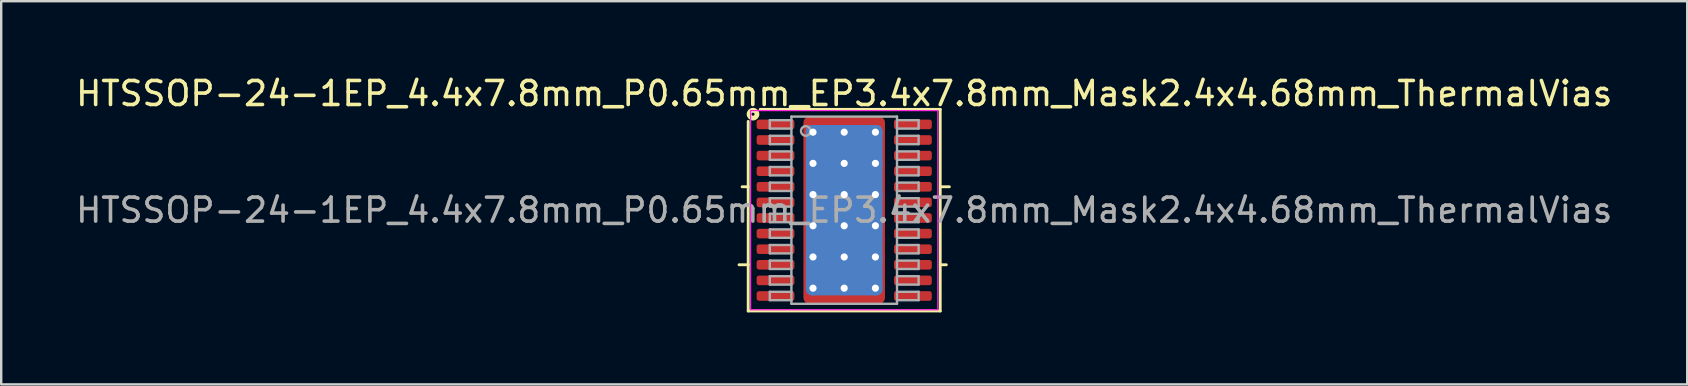
<source format=kicad_pcb>
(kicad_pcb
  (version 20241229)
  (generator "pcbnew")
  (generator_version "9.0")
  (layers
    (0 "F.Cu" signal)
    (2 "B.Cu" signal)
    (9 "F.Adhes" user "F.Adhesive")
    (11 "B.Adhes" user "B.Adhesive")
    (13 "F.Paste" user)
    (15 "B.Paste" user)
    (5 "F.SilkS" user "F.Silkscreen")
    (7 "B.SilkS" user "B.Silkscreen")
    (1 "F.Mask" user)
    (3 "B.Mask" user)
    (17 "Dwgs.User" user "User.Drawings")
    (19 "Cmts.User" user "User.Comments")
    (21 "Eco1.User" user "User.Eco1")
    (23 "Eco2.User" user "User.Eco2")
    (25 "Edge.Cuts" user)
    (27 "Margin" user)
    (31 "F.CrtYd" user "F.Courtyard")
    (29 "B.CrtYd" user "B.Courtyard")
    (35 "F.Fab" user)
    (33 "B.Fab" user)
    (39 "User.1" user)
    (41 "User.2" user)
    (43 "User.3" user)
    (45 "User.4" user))
  (footprint "HTSSOP-24-1EP_4.4x7.8mm_P0.65mm_EP3.4x7.8mm_Mask2.4x4.68mm_ThermalVias"
    (layer "F.Cu")
    (at 32.125 5.707)
    (property "Reference" "HTSSOP-24-1EP_4.4x7.8mm_P0.65mm_EP3.4x7.8mm_Mask2.4x4.68mm_ThermalVias" (at 0 -4.859 0) (layer "F.SilkS") (effects (font (size 1 1) (thickness 0.15))))
    (attr smd)
    (fp_line (start -4 -0.975) (end -4.254 -0.975) (stroke (width 0.12) (type solid)) (layer "F.SilkS"))
    (fp_line (start -4 2.275) (end -4.381 2.275) (stroke (width 0.12) (type solid)) (layer "F.SilkS"))
    (fp_line (start -4 4.2) (end -4 -3.7) (stroke (width 0.12) (type solid)) (layer "F.SilkS"))
    (fp_line (start -3.5 -4.2) (end 4 -4.2) (stroke (width 0.12) (type solid)) (layer "F.SilkS"))
    (fp_line (start 4 -4.2) (end 4 4.2) (stroke (width 0.12) (type solid)) (layer "F.SilkS"))
    (fp_line (start 4 -0.975) (end 4.381 -0.975) (stroke (width 0.12) (type solid)) (layer "F.SilkS"))
    (fp_line (start 4 2.275) (end 4.254 2.275) (stroke (width 0.12) (type solid)) (layer "F.SilkS"))
    (fp_line (start 4 4.2) (end -4 4.2) (stroke (width 0.12) (type solid)) (layer "F.SilkS"))
    (fp_circle (center -3.8 -4) (end -3.736 -4) (stroke (width 0.2) (type solid)) (fill no) (layer "F.SilkS"))
    (fp_line (start -3.9 -4.15) (end -3.9 4.15) (stroke (width 0.05) (type solid)) (layer "F.CrtYd"))
    (fp_line (start -3.9 4.15) (end 3.9 4.15) (stroke (width 0.05) (type solid)) (layer "F.CrtYd"))
    (fp_line (start 3.9 -4.15) (end -3.9 -4.15) (stroke (width 0.05) (type solid)) (layer "F.CrtYd"))
    (fp_line (start 3.9 4.15) (end 3.9 -4.15) (stroke (width 0.05) (type solid)) (layer "F.CrtYd"))
    (fp_line (start -3.1 -3.75) (end -3.1 -3.4) (stroke (width 0.1) (type solid)) (layer "F.Fab"))
    (fp_line (start -3.1 -3.75) (end -2.2 -3.75) (stroke (width 0.1) (type solid)) (layer "F.Fab"))
    (fp_line (start -3.1 -3.4) (end -2.2 -3.4) (stroke (width 0.1) (type solid)) (layer "F.Fab"))
    (fp_line (start -3.1 -3.1) (end -3.1 -2.75) (stroke (width 0.1) (type solid)) (layer "F.Fab"))
    (fp_line (start -3.1 -3.1) (end -2.2 -3.1) (stroke (width 0.1) (type solid)) (layer "F.Fab"))
    (fp_line (start -3.1 -2.75) (end -2.2 -2.75) (stroke (width 0.1) (type solid)) (layer "F.Fab"))
    (fp_line (start -3.1 -2.45) (end -3.1 -2.1) (stroke (width 0.1) (type solid)) (layer "F.Fab"))
    (fp_line (start -3.1 -2.45) (end -2.2 -2.45) (stroke (width 0.1) (type solid)) (layer "F.Fab"))
    (fp_line (start -3.1 -2.1) (end -2.2 -2.1) (stroke (width 0.1) (type solid)) (layer "F.Fab"))
    (fp_line (start -3.1 -1.8) (end -3.1 -1.45) (stroke (width 0.1) (type solid)) (layer "F.Fab"))
    (fp_line (start -3.1 -1.8) (end -2.2 -1.8) (stroke (width 0.1) (type solid)) (layer "F.Fab"))
    (fp_line (start -3.1 -1.45) (end -2.2 -1.45) (stroke (width 0.1) (type solid)) (layer "F.Fab"))
    (fp_line (start -3.1 -1.15) (end -3.1 -0.8) (stroke (width 0.1) (type solid)) (layer "F.Fab"))
    (fp_line (start -3.1 -1.15) (end -2.2 -1.15) (stroke (width 0.1) (type solid)) (layer "F.Fab"))
    (fp_line (start -3.1 -0.8) (end -2.2 -0.8) (stroke (width 0.1) (type solid)) (layer "F.Fab"))
    (fp_line (start -3.1 -0.5) (end -3.1 -0.15) (stroke (width 0.1) (type solid)) (layer "F.Fab"))
    (fp_line (start -3.1 -0.5) (end -2.2 -0.5) (stroke (width 0.1) (type solid)) (layer "F.Fab"))
    (fp_line (start -3.1 -0.15) (end -2.2 -0.15) (stroke (width 0.1) (type solid)) (layer "F.Fab"))
    (fp_line (start -3.1 0.15) (end -3.1 0.5) (stroke (width 0.1) (type solid)) (layer "F.Fab"))
    (fp_line (start -3.1 0.15) (end -2.2 0.15) (stroke (width 0.1) (type solid)) (layer "F.Fab"))
    (fp_line (start -3.1 0.5) (end -2.2 0.5) (stroke (width 0.1) (type solid)) (layer "F.Fab"))
    (fp_line (start -3.1 0.8) (end -3.1 1.15) (stroke (width 0.1) (type solid)) (layer "F.Fab"))
    (fp_line (start -3.1 0.8) (end -2.2 0.8) (stroke (width 0.1) (type solid)) (layer "F.Fab"))
    (fp_line (start -3.1 1.15) (end -2.2 1.15) (stroke (width 0.1) (type solid)) (layer "F.Fab"))
    (fp_line (start -3.1 1.45) (end -3.1 1.8) (stroke (width 0.1) (type solid)) (layer "F.Fab"))
    (fp_line (start -3.1 1.45) (end -2.2 1.45) (stroke (width 0.1) (type solid)) (layer "F.Fab"))
    (fp_line (start -3.1 1.8) (end -2.2 1.8) (stroke (width 0.1) (type solid)) (layer "F.Fab"))
    (fp_line (start -3.1 2.1) (end -3.1 2.45) (stroke (width 0.1) (type solid)) (layer "F.Fab"))
    (fp_line (start -3.1 2.1) (end -2.2 2.1) (stroke (width 0.1) (type solid)) (layer "F.Fab"))
    (fp_line (start -3.1 2.45) (end -2.2 2.45) (stroke (width 0.1) (type solid)) (layer "F.Fab"))
    (fp_line (start -3.1 2.75) (end -3.1 3.1) (stroke (width 0.1) (type solid)) (layer "F.Fab"))
    (fp_line (start -3.1 2.75) (end -2.2 2.75) (stroke (width 0.1) (type solid)) (layer "F.Fab"))
    (fp_line (start -3.1 3.1) (end -2.2 3.1) (stroke (width 0.1) (type solid)) (layer "F.Fab"))
    (fp_line (start -3.1 3.4) (end -3.1 3.75) (stroke (width 0.1) (type solid)) (layer "F.Fab"))
    (fp_line (start -3.1 3.4) (end -2.2 3.4) (stroke (width 0.1) (type solid)) (layer "F.Fab"))
    (fp_line (start -3.1 3.75) (end -2.2 3.75) (stroke (width 0.1) (type solid)) (layer "F.Fab"))
    (fp_line (start -2.2 -3.9) (end 2.2 -3.9) (stroke (width 0.1) (type solid)) (layer "F.Fab"))
    (fp_line (start -2.2 3.9) (end -2.2 -3.9) (stroke (width 0.1) (type solid)) (layer "F.Fab"))
    (fp_line (start 2.2 -3.9) (end 2.2 3.9) (stroke (width 0.1) (type solid)) (layer "F.Fab"))
    (fp_line (start 2.2 3.9) (end -2.2 3.9) (stroke (width 0.1) (type solid)) (layer "F.Fab"))
    (fp_line (start 3.1 -3.75) (end 2.2 -3.75) (stroke (width 0.1) (type solid)) (layer "F.Fab"))
    (fp_line (start 3.1 -3.4) (end 2.2 -3.4) (stroke (width 0.1) (type solid)) (layer "F.Fab"))
    (fp_line (start 3.1 -3.4) (end 3.1 -3.75) (stroke (width 0.1) (type solid)) (layer "F.Fab"))
    (fp_line (start 3.1 -3.1) (end 2.2 -3.1) (stroke (width 0.1) (type solid)) (layer "F.Fab"))
    (fp_line (start 3.1 -2.75) (end 2.2 -2.75) (stroke (width 0.1) (type solid)) (layer "F.Fab"))
    (fp_line (start 3.1 -2.75) (end 3.1 -3.1) (stroke (width 0.1) (type solid)) (layer "F.Fab"))
    (fp_line (start 3.1 -2.45) (end 2.2 -2.45) (stroke (width 0.1) (type solid)) (layer "F.Fab"))
    (fp_line (start 3.1 -2.1) (end 2.2 -2.1) (stroke (width 0.1) (type solid)) (layer "F.Fab"))
    (fp_line (start 3.1 -2.1) (end 3.1 -2.45) (stroke (width 0.1) (type solid)) (layer "F.Fab"))
    (fp_line (start 3.1 -1.8) (end 2.2 -1.8) (stroke (width 0.1) (type solid)) (layer "F.Fab"))
    (fp_line (start 3.1 -1.45) (end 2.2 -1.45) (stroke (width 0.1) (type solid)) (layer "F.Fab"))
    (fp_line (start 3.1 -1.45) (end 3.1 -1.8) (stroke (width 0.1) (type solid)) (layer "F.Fab"))
    (fp_line (start 3.1 -1.15) (end 2.2 -1.15) (stroke (width 0.1) (type solid)) (layer "F.Fab"))
    (fp_line (start 3.1 -0.8) (end 2.2 -0.8) (stroke (width 0.1) (type solid)) (layer "F.Fab"))
    (fp_line (start 3.1 -0.8) (end 3.1 -1.15) (stroke (width 0.1) (type solid)) (layer "F.Fab"))
    (fp_line (start 3.1 -0.5) (end 2.2 -0.5) (stroke (width 0.1) (type solid)) (layer "F.Fab"))
    (fp_line (start 3.1 -0.15) (end 2.2 -0.15) (stroke (width 0.1) (type solid)) (layer "F.Fab"))
    (fp_line (start 3.1 -0.15) (end 3.1 -0.5) (stroke (width 0.1) (type solid)) (layer "F.Fab"))
    (fp_line (start 3.1 0.15) (end 2.2 0.15) (stroke (width 0.1) (type solid)) (layer "F.Fab"))
    (fp_line (start 3.1 0.5) (end 2.2 0.5) (stroke (width 0.1) (type solid)) (layer "F.Fab"))
    (fp_line (start 3.1 0.5) (end 3.1 0.15) (stroke (width 0.1) (type solid)) (layer "F.Fab"))
    (fp_line (start 3.1 0.8) (end 2.2 0.8) (stroke (width 0.1) (type solid)) (layer "F.Fab"))
    (fp_line (start 3.1 1.15) (end 2.2 1.15) (stroke (width 0.1) (type solid)) (layer "F.Fab"))
    (fp_line (start 3.1 1.15) (end 3.1 0.8) (stroke (width 0.1) (type solid)) (layer "F.Fab"))
    (fp_line (start 3.1 1.45) (end 2.2 1.45) (stroke (width 0.1) (type solid)) (layer "F.Fab"))
    (fp_line (start 3.1 1.8) (end 2.2 1.8) (stroke (width 0.1) (type solid)) (layer "F.Fab"))
    (fp_line (start 3.1 1.8) (end 3.1 1.45) (stroke (width 0.1) (type solid)) (layer "F.Fab"))
    (fp_line (start 3.1 2.1) (end 2.2 2.1) (stroke (width 0.1) (type solid)) (layer "F.Fab"))
    (fp_line (start 3.1 2.45) (end 2.2 2.45) (stroke (width 0.1) (type solid)) (layer "F.Fab"))
    (fp_line (start 3.1 2.45) (end 3.1 2.1) (stroke (width 0.1) (type solid)) (layer "F.Fab"))
    (fp_line (start 3.1 2.75) (end 2.2 2.75) (stroke (width 0.1) (type solid)) (layer "F.Fab"))
    (fp_line (start 3.1 3.1) (end 2.2 3.1) (stroke (width 0.1) (type solid)) (layer "F.Fab"))
    (fp_line (start 3.1 3.1) (end 3.1 2.75) (stroke (width 0.1) (type solid)) (layer "F.Fab"))
    (fp_line (start 3.1 3.4) (end 2.2 3.4) (stroke (width 0.1) (type solid)) (layer "F.Fab"))
    (fp_line (start 3.1 3.75) (end 2.2 3.75) (stroke (width 0.1) (type solid)) (layer "F.Fab"))
    (fp_line (start 3.1 3.75) (end 3.1 3.4) (stroke (width 0.1) (type solid)) (layer "F.Fab"))
    (fp_circle (center -1.6 -3.3) (end -1.4 -3.3) (stroke (width 0.1) (type solid)) (fill no) (layer "F.Fab"))
    (fp_text user "${REFERENCE}" (at 0 0 0) (layer "F.Fab") (effects (font (size 1 1) (thickness 0.15))))
    (pad "" smd roundrect (at 0 -1.17) (size 1.93 1.89) (layers "F.Paste") (roundrect_rratio 0.132))
    (pad "" smd roundrect (at 0 0) (size 2.4 4.68) (layers "F.Mask") (roundrect_rratio 0.104))
    (pad "" smd roundrect (at 0 1.17) (size 1.93 1.89) (layers "F.Paste") (roundrect_rratio 0.132))
    (pad "1" smd roundrect (at -2.862 -3.575) (size 1.575 0.4) (layers "F.Cu" "F.Mask" "F.Paste") (roundrect_rratio 0.25))
    (pad "2" smd roundrect (at -2.862 -2.925) (size 1.575 0.4) (layers "F.Cu" "F.Mask" "F.Paste") (roundrect_rratio 0.25))
    (pad "3" smd roundrect (at -2.862 -2.275) (size 1.575 0.4) (layers "F.Cu" "F.Mask" "F.Paste") (roundrect_rratio 0.25))
    (pad "4" smd roundrect (at -2.862 -1.625) (size 1.575 0.4) (layers "F.Cu" "F.Mask" "F.Paste") (roundrect_rratio 0.25))
    (pad "5" smd roundrect (at -2.862 -0.975) (size 1.575 0.4) (layers "F.Cu" "F.Mask" "F.Paste") (roundrect_rratio 0.25))
    (pad "6" smd roundrect (at -2.862 -0.325) (size 1.575 0.4) (layers "F.Cu" "F.Mask" "F.Paste") (roundrect_rratio 0.25))
    (pad "7" smd roundrect (at -2.862 0.325) (size 1.575 0.4) (layers "F.Cu" "F.Mask" "F.Paste") (roundrect_rratio 0.25))
    (pad "8" smd roundrect (at -2.862 0.975) (size 1.575 0.4) (layers "F.Cu" "F.Mask" "F.Paste") (roundrect_rratio 0.25))
    (pad "9" smd roundrect (at -2.862 1.625) (size 1.575 0.4) (layers "F.Cu" "F.Mask" "F.Paste") (roundrect_rratio 0.25))
    (pad "10" smd roundrect (at -2.862 2.275) (size 1.575 0.4) (layers "F.Cu" "F.Mask" "F.Paste") (roundrect_rratio 0.25))
    (pad "11" smd roundrect (at -2.862 2.925) (size 1.575 0.4) (layers "F.Cu" "F.Mask" "F.Paste") (roundrect_rratio 0.25))
    (pad "12" smd roundrect (at -2.862 3.575) (size 1.575 0.4) (layers "F.Cu" "F.Mask" "F.Paste") (roundrect_rratio 0.25))
    (pad "13" smd roundrect (at 2.862 3.575) (size 1.575 0.4) (layers "F.Cu" "F.Mask" "F.Paste") (roundrect_rratio 0.25))
    (pad "14" smd roundrect (at 2.862 2.925) (size 1.575 0.4) (layers "F.Cu" "F.Mask" "F.Paste") (roundrect_rratio 0.25))
    (pad "15" smd roundrect (at 2.862 2.275) (size 1.575 0.4) (layers "F.Cu" "F.Mask" "F.Paste") (roundrect_rratio 0.25))
    (pad "16" smd roundrect (at 2.862 1.625) (size 1.575 0.4) (layers "F.Cu" "F.Mask" "F.Paste") (roundrect_rratio 0.25))
    (pad "17" smd roundrect (at 2.862 0.975) (size 1.575 0.4) (layers "F.Cu" "F.Mask" "F.Paste") (roundrect_rratio 0.25))
    (pad "18" smd roundrect (at 2.862 0.325) (size 1.575 0.4) (layers "F.Cu" "F.Mask" "F.Paste") (roundrect_rratio 0.25))
    (pad "19" smd roundrect (at 2.862 -0.325) (size 1.575 0.4) (layers "F.Cu" "F.Mask" "F.Paste") (roundrect_rratio 0.25))
    (pad "20" smd roundrect (at 2.862 -0.975) (size 1.575 0.4) (layers "F.Cu" "F.Mask" "F.Paste") (roundrect_rratio 0.25))
    (pad "21" smd roundrect (at 2.862 -1.625) (size 1.575 0.4) (layers "F.Cu" "F.Mask" "F.Paste") (roundrect_rratio 0.25))
    (pad "22" smd roundrect (at 2.862 -2.275) (size 1.575 0.4) (layers "F.Cu" "F.Mask" "F.Paste") (roundrect_rratio 0.25))
    (pad "23" smd roundrect (at 2.862 -2.925) (size 1.575 0.4) (layers "F.Cu" "F.Mask" "F.Paste") (roundrect_rratio 0.25))
    (pad "24" smd roundrect (at 2.862 -3.575) (size 1.575 0.4) (layers "F.Cu" "F.Mask" "F.Paste") (roundrect_rratio 0.25))
    (pad "25" thru_hole circle (at -1.3 -3.25) (size 0.6 0.6) (drill 0.3) (property pad_prop_heatsink) (layers "*.Cu"))
    (pad "25" thru_hole circle (at -1.3 -1.95) (size 0.6 0.6) (drill 0.3) (property pad_prop_heatsink) (layers "*.Cu"))
    (pad "25" thru_hole circle (at -1.3 -0.65) (size 0.6 0.6) (drill 0.3) (property pad_prop_heatsink) (layers "*.Cu"))
    (pad "25" thru_hole circle (at -1.3 0.65) (size 0.6 0.6) (drill 0.3) (property pad_prop_heatsink) (layers "*.Cu"))
    (pad "25" thru_hole circle (at -1.3 1.95) (size 0.6 0.6) (drill 0.3) (property pad_prop_heatsink) (layers "*.Cu"))
    (pad "25" thru_hole circle (at -1.3 3.25) (size 0.6 0.6) (drill 0.3) (property pad_prop_heatsink) (layers "*.Cu"))
    (pad "25" thru_hole circle (at 0 -3.25) (size 0.6 0.6) (drill 0.3) (property pad_prop_heatsink) (layers "*.Cu"))
    (pad "25" thru_hole circle (at 0 -1.95) (size 0.6 0.6) (drill 0.3) (property pad_prop_heatsink) (layers "*.Cu"))
    (pad "25" thru_hole circle (at 0 -0.65) (size 0.6 0.6) (drill 0.3) (property pad_prop_heatsink) (layers "*.Cu"))
    (pad "25" smd roundrect (at 0 0) (size 3.2 7.1) (layers "B.Cu" "B.Mask") (roundrect_rratio 0.078))
    (pad "25" smd roundrect (at 0 0) (size 3.4 7.8) (layers "F.Cu") (roundrect_rratio 0.074))
    (pad "25" thru_hole circle (at 0 0.65) (size 0.6 0.6) (drill 0.3) (property pad_prop_heatsink) (layers "*.Cu"))
    (pad "25" thru_hole circle (at 0 1.95) (size 0.6 0.6) (drill 0.3) (property pad_prop_heatsink) (layers "*.Cu"))
    (pad "25" thru_hole circle (at 0 3.25) (size 0.6 0.6) (drill 0.3) (property pad_prop_heatsink) (layers "*.Cu"))
    (pad "25" thru_hole circle (at 1.3 -3.25) (size 0.6 0.6) (drill 0.3) (property pad_prop_heatsink) (layers "*.Cu"))
    (pad "25" thru_hole circle (at 1.3 -1.95) (size 0.6 0.6) (drill 0.3) (property pad_prop_heatsink) (layers "*.Cu"))
    (pad "25" thru_hole circle (at 1.3 -0.65) (size 0.6 0.6) (drill 0.3) (property pad_prop_heatsink) (layers "*.Cu"))
    (pad "25" thru_hole circle (at 1.3 0.65) (size 0.6 0.6) (drill 0.3) (property pad_prop_heatsink) (layers "*.Cu"))
    (pad "25" thru_hole circle (at 1.3 1.95) (size 0.6 0.6) (drill 0.3) (property pad_prop_heatsink) (layers "*.Cu"))
    (pad "25" thru_hole circle (at 1.3 3.25) (size 0.6 0.6) (drill 0.3) (property pad_prop_heatsink) (layers "*.Cu")))
  (gr_rect
    (start -3 -3)
    (end 67.25 12.967)
    (stroke (width 0.1) (type default))
    (fill no)
    (layer "Edge.Cuts")))
</source>
